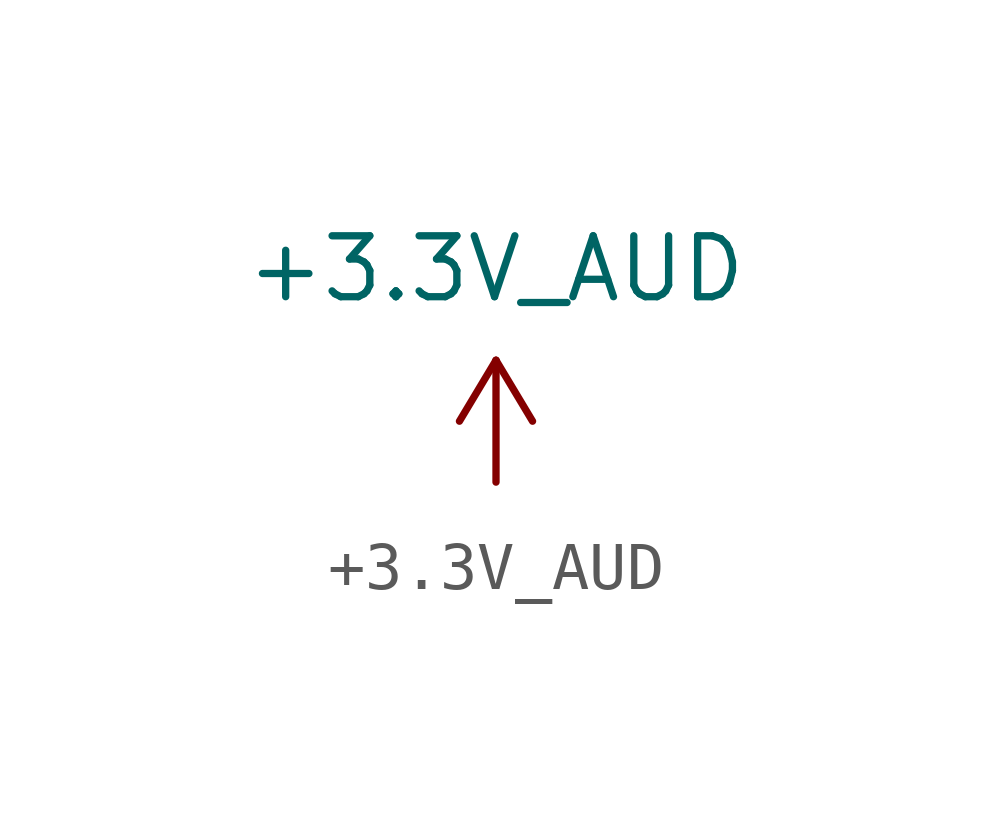
<source format=kicad_sym>
(kicad_symbol_lib
  (version 20220914)
  (generator kicad_symbol_editor)
  (symbol "+3.3V_AUD"
    (power)
    (pin_names
      (offset 0))
    (property "Reference" "#PWR059"
      (at 3.81 -1.27 0)
      (effects (font (size 1.27 1.27)) hide))
    (property "Value" "+3.3V_AUD"
      (at 0 4.445 0)
      (effects (font (size 1.27 1.27))))
    (symbol "+3.3V_AUD_0_0"
      (pin power_in line (at 0 0 90) (length 0) hide (name "+3.3VDAC" (effects (font (size 1.27 1.27)))) (number "1" (effects (font (size 1.27 1.27))))))
    (symbol "+3.3V_AUD_0_1"
      (polyline (pts (xy -0.762 1.27) (xy 0 2.54)) (stroke (width 0) (type default)) (fill (type none)))
      (polyline (pts (xy 0 0) (xy 0 2.54)) (stroke (width 0) (type default)) (fill (type none)))
      (polyline (pts (xy 0 2.54) (xy 0.762 1.27)) (stroke (width 0) (type default)) (fill (type none))))))
</source>
